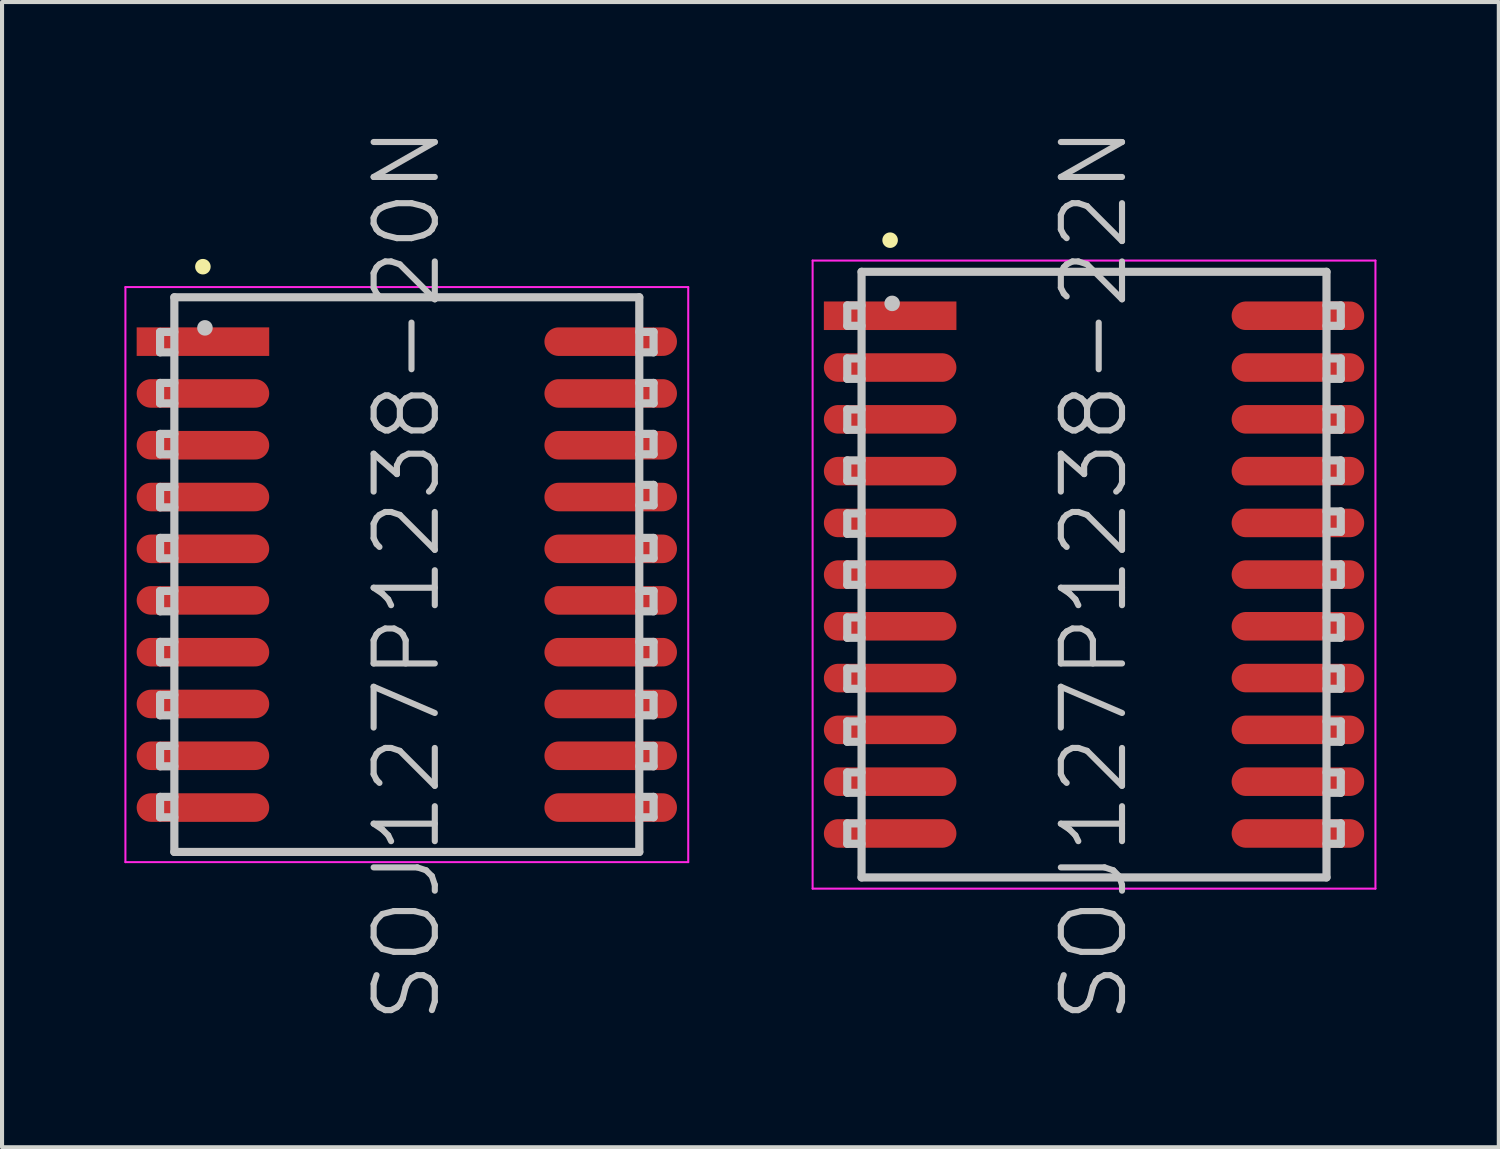
<source format=kicad_pcb>
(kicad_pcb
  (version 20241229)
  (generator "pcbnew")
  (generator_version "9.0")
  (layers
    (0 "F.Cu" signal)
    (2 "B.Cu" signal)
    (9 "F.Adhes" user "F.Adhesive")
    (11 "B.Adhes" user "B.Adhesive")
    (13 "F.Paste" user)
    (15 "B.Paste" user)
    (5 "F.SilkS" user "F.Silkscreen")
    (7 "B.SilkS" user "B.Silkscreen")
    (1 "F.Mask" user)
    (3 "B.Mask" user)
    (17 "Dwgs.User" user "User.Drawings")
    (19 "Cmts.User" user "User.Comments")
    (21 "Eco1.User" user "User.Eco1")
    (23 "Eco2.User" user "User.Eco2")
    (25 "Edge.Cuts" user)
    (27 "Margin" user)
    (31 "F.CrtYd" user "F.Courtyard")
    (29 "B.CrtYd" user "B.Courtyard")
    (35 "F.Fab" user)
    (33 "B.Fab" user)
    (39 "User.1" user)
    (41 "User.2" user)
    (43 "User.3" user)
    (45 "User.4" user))
  (footprint "SOJ127P1238-20N"
    (layer "F.Cu")
    (at 6.925 11.039)
    (property "Reference" "SOJ127P1238-20N" (at 0 0 90) (layer "Dwgs.User") (effects (font (size 1.5 1.5) (thickness 0.15))))
    (attr smd)
    (fp_line (start -5 -7.55) (end -5 -7.55) (stroke (width 0.381) (type solid)) (layer "F.SilkS"))
    (fp_line (start -6.05 -5.95) (end -6.05 -5.45) (stroke (width 0.2) (type solid)) (layer "Dwgs.User"))
    (fp_line (start -6.05 -5.45) (end -5.7 -5.45) (stroke (width 0.2) (type solid)) (layer "Dwgs.User"))
    (fp_line (start -6.05 -4.7) (end -6.05 -4.2) (stroke (width 0.2) (type solid)) (layer "Dwgs.User"))
    (fp_line (start -6.05 -4.2) (end -5.7 -4.2) (stroke (width 0.2) (type solid)) (layer "Dwgs.User"))
    (fp_line (start -6.05 -3.45) (end -6.05 -2.95) (stroke (width 0.2) (type solid)) (layer "Dwgs.User"))
    (fp_line (start -6.05 -2.95) (end -5.7 -2.95) (stroke (width 0.2) (type solid)) (layer "Dwgs.User"))
    (fp_line (start -6.05 -2.15) (end -6.05 -1.65) (stroke (width 0.2) (type solid)) (layer "Dwgs.User"))
    (fp_line (start -6.05 -1.65) (end -5.7 -1.65) (stroke (width 0.2) (type solid)) (layer "Dwgs.User"))
    (fp_line (start -6.05 -0.9) (end -6.05 -0.4) (stroke (width 0.2) (type solid)) (layer "Dwgs.User"))
    (fp_line (start -6.05 -0.4) (end -5.7 -0.4) (stroke (width 0.2) (type solid)) (layer "Dwgs.User"))
    (fp_line (start -6.05 0.4) (end -6.05 0.9) (stroke (width 0.2) (type solid)) (layer "Dwgs.User"))
    (fp_line (start -6.05 0.9) (end -5.7 0.9) (stroke (width 0.2) (type solid)) (layer "Dwgs.User"))
    (fp_line (start -6.05 1.65) (end -6.05 2.15) (stroke (width 0.2) (type solid)) (layer "Dwgs.User"))
    (fp_line (start -6.05 2.15) (end -5.7 2.15) (stroke (width 0.2) (type solid)) (layer "Dwgs.User"))
    (fp_line (start -6.05 2.95) (end -6.05 3.45) (stroke (width 0.2) (type solid)) (layer "Dwgs.User"))
    (fp_line (start -6.05 3.45) (end -5.7 3.45) (stroke (width 0.2) (type solid)) (layer "Dwgs.User"))
    (fp_line (start -6.05 4.2) (end -6.05 4.7) (stroke (width 0.2) (type solid)) (layer "Dwgs.User"))
    (fp_line (start -6.05 4.7) (end -5.7 4.7) (stroke (width 0.2) (type solid)) (layer "Dwgs.User"))
    (fp_line (start -6.05 5.45) (end -6.05 5.95) (stroke (width 0.2) (type solid)) (layer "Dwgs.User"))
    (fp_line (start -6.05 5.95) (end -5.7 5.95) (stroke (width 0.2) (type solid)) (layer "Dwgs.User"))
    (fp_line (start -5.7 -6.8) (end -5.7 6.8) (stroke (width 0.2) (type solid)) (layer "Dwgs.User"))
    (fp_line (start -5.7 -6.8) (end 5.7 -6.8) (stroke (width 0.2) (type solid)) (layer "Dwgs.User"))
    (fp_line (start -5.7 -5.95) (end -6.05 -5.95) (stroke (width 0.2) (type solid)) (layer "Dwgs.User"))
    (fp_line (start -5.7 -4.7) (end -6.05 -4.7) (stroke (width 0.2) (type solid)) (layer "Dwgs.User"))
    (fp_line (start -5.7 -3.45) (end -6.05 -3.45) (stroke (width 0.2) (type solid)) (layer "Dwgs.User"))
    (fp_line (start -5.7 -2.15) (end -6.05 -2.15) (stroke (width 0.2) (type solid)) (layer "Dwgs.User"))
    (fp_line (start -5.7 -0.9) (end -6.05 -0.9) (stroke (width 0.2) (type solid)) (layer "Dwgs.User"))
    (fp_line (start -5.7 0.4) (end -6.05 0.4) (stroke (width 0.2) (type solid)) (layer "Dwgs.User"))
    (fp_line (start -5.7 1.65) (end -6.05 1.65) (stroke (width 0.2) (type solid)) (layer "Dwgs.User"))
    (fp_line (start -5.7 2.95) (end -6.05 2.95) (stroke (width 0.2) (type solid)) (layer "Dwgs.User"))
    (fp_line (start -5.7 4.2) (end -6.05 4.2) (stroke (width 0.2) (type solid)) (layer "Dwgs.User"))
    (fp_line (start -5.7 5.45) (end -6.05 5.45) (stroke (width 0.2) (type solid)) (layer "Dwgs.User"))
    (fp_line (start -5.7 6.8) (end 5.7 6.8) (stroke (width 0.2) (type solid)) (layer "Dwgs.User"))
    (fp_line (start -4.95 -6.05) (end -4.95 -6.05) (stroke (width 0.381) (type solid)) (layer "Dwgs.User"))
    (fp_line (start 5.7 -6.8) (end 5.7 6.8) (stroke (width 0.2) (type solid)) (layer "Dwgs.User"))
    (fp_line (start 5.7 -5.95) (end 6.05 -5.95) (stroke (width 0.2) (type solid)) (layer "Dwgs.User"))
    (fp_line (start 5.7 -4.7) (end 6.05 -4.7) (stroke (width 0.2) (type solid)) (layer "Dwgs.User"))
    (fp_line (start 5.7 -3.45) (end 6.05 -3.45) (stroke (width 0.2) (type solid)) (layer "Dwgs.User"))
    (fp_line (start 5.7 -2.2) (end 6.05 -2.2) (stroke (width 0.2) (type solid)) (layer "Dwgs.User"))
    (fp_line (start 5.7 -0.9) (end 6.05 -0.9) (stroke (width 0.2) (type solid)) (layer "Dwgs.User"))
    (fp_line (start 5.7 0.4) (end 6.05 0.4) (stroke (width 0.2) (type solid)) (layer "Dwgs.User"))
    (fp_line (start 5.7 1.65) (end 6.05 1.65) (stroke (width 0.2) (type solid)) (layer "Dwgs.User"))
    (fp_line (start 5.7 2.95) (end 6.05 2.95) (stroke (width 0.2) (type solid)) (layer "Dwgs.User"))
    (fp_line (start 5.7 4.2) (end 6.05 4.2) (stroke (width 0.2) (type solid)) (layer "Dwgs.User"))
    (fp_line (start 5.7 5.45) (end 6.05 5.45) (stroke (width 0.2) (type solid)) (layer "Dwgs.User"))
    (fp_line (start 6.05 -5.95) (end 6.05 -5.45) (stroke (width 0.2) (type solid)) (layer "Dwgs.User"))
    (fp_line (start 6.05 -5.45) (end 5.7 -5.45) (stroke (width 0.2) (type solid)) (layer "Dwgs.User"))
    (fp_line (start 6.05 -4.7) (end 6.05 -4.2) (stroke (width 0.2) (type solid)) (layer "Dwgs.User"))
    (fp_line (start 6.05 -4.2) (end 5.7 -4.2) (stroke (width 0.2) (type solid)) (layer "Dwgs.User"))
    (fp_line (start 6.05 -3.45) (end 6.05 -2.95) (stroke (width 0.2) (type solid)) (layer "Dwgs.User"))
    (fp_line (start 6.05 -2.95) (end 5.7 -2.95) (stroke (width 0.2) (type solid)) (layer "Dwgs.User"))
    (fp_line (start 6.05 -2.2) (end 6.05 -1.7) (stroke (width 0.2) (type solid)) (layer "Dwgs.User"))
    (fp_line (start 6.05 -1.7) (end 5.7 -1.7) (stroke (width 0.2) (type solid)) (layer "Dwgs.User"))
    (fp_line (start 6.05 -0.9) (end 6.05 -0.4) (stroke (width 0.2) (type solid)) (layer "Dwgs.User"))
    (fp_line (start 6.05 -0.4) (end 5.7 -0.4) (stroke (width 0.2) (type solid)) (layer "Dwgs.User"))
    (fp_line (start 6.05 0.4) (end 6.05 0.9) (stroke (width 0.2) (type solid)) (layer "Dwgs.User"))
    (fp_line (start 6.05 0.9) (end 5.7 0.9) (stroke (width 0.2) (type solid)) (layer "Dwgs.User"))
    (fp_line (start 6.05 1.65) (end 6.05 2.15) (stroke (width 0.2) (type solid)) (layer "Dwgs.User"))
    (fp_line (start 6.05 2.15) (end 5.7 2.15) (stroke (width 0.2) (type solid)) (layer "Dwgs.User"))
    (fp_line (start 6.05 2.95) (end 6.05 3.45) (stroke (width 0.2) (type solid)) (layer "Dwgs.User"))
    (fp_line (start 6.05 3.45) (end 5.7 3.45) (stroke (width 0.2) (type solid)) (layer "Dwgs.User"))
    (fp_line (start 6.05 4.2) (end 6.05 4.7) (stroke (width 0.2) (type solid)) (layer "Dwgs.User"))
    (fp_line (start 6.05 4.7) (end 5.7 4.7) (stroke (width 0.2) (type solid)) (layer "Dwgs.User"))
    (fp_line (start 6.05 5.45) (end 6.05 5.95) (stroke (width 0.2) (type solid)) (layer "Dwgs.User"))
    (fp_line (start 6.05 5.95) (end 5.7 5.95) (stroke (width 0.2) (type solid)) (layer "Dwgs.User"))
    (fp_line (start -6.9 -7.05) (end -6.9 7.05) (stroke (width 0.05) (type solid)) (layer "F.CrtYd"))
    (fp_line (start -6.9 -7.05) (end 6.9 -7.05) (stroke (width 0.05) (type solid)) (layer "F.CrtYd"))
    (fp_line (start -6.9 7.05) (end 6.9 7.05) (stroke (width 0.05) (type solid)) (layer "F.CrtYd"))
    (fp_line (start 6.9 -7.05) (end 6.9 7.05) (stroke (width 0.05) (type solid)) (layer "F.CrtYd"))
    (pad "1" smd rect (at -4.999 -5.712 90) (size 0.7 3.25) (layers "F.Cu" "F.Mask" "F.Paste"))
    (pad "2" smd oval (at -4.999 -4.442 90) (size 0.7 3.25) (layers "F.Cu" "F.Mask" "F.Paste"))
    (pad "3" smd oval (at -4.999 -3.172 90) (size 0.7 3.25) (layers "F.Cu" "F.Mask" "F.Paste"))
    (pad "4" smd oval (at -4.999 -1.902 90) (size 0.7 3.25) (layers "F.Cu" "F.Mask" "F.Paste"))
    (pad "5" smd oval (at -4.999 -0.632 90) (size 0.7 3.25) (layers "F.Cu" "F.Mask" "F.Paste"))
    (pad "6" smd oval (at -4.999 0.632 90) (size 0.7 3.25) (layers "F.Cu" "F.Mask" "F.Paste"))
    (pad "7" smd oval (at -4.999 1.902 90) (size 0.7 3.25) (layers "F.Cu" "F.Mask" "F.Paste"))
    (pad "8" smd oval (at -4.999 3.172 90) (size 0.7 3.25) (layers "F.Cu" "F.Mask" "F.Paste"))
    (pad "9" smd oval (at -4.999 4.442 90) (size 0.7 3.25) (layers "F.Cu" "F.Mask" "F.Paste"))
    (pad "10" smd oval (at -4.999 5.712 90) (size 0.7 3.25) (layers "F.Cu" "F.Mask" "F.Paste"))
    (pad "11" smd oval (at 4.999 5.712 270) (size 0.7 3.25) (layers "F.Cu" "F.Mask" "F.Paste"))
    (pad "12" smd oval (at 4.999 4.442 270) (size 0.7 3.25) (layers "F.Cu" "F.Mask" "F.Paste"))
    (pad "13" smd oval (at 4.999 3.172 270) (size 0.7 3.25) (layers "F.Cu" "F.Mask" "F.Paste"))
    (pad "14" smd oval (at 4.999 1.902 270) (size 0.7 3.25) (layers "F.Cu" "F.Mask" "F.Paste"))
    (pad "15" smd oval (at 4.999 0.632 270) (size 0.7 3.25) (layers "F.Cu" "F.Mask" "F.Paste"))
    (pad "16" smd oval (at 4.999 -0.632 270) (size 0.7 3.25) (layers "F.Cu" "F.Mask" "F.Paste"))
    (pad "17" smd oval (at 4.999 -1.902 270) (size 0.7 3.25) (layers "F.Cu" "F.Mask" "F.Paste"))
    (pad "18" smd oval (at 4.999 -3.172 270) (size 0.7 3.25) (layers "F.Cu" "F.Mask" "F.Paste"))
    (pad "19" smd oval (at 4.999 -4.442 270) (size 0.7 3.25) (layers "F.Cu" "F.Mask" "F.Paste"))
    (pad "20" smd oval (at 4.999 -5.712 270) (size 0.7 3.25) (layers "F.Cu" "F.Mask" "F.Paste")))
  (footprint "SOJ127P1238-22N"
    (layer "F.Cu")
    (at 23.775 11.039)
    (property "Reference" "SOJ127P1238-22N" (at 0 0 90) (layer "Dwgs.User") (effects (font (size 1.5 1.5) (thickness 0.15))))
    (attr smd)
    (fp_line (start -5 -8.2) (end -5 -8.2) (stroke (width 0.381) (type solid)) (layer "F.SilkS"))
    (fp_line (start -6.05 -6.6) (end -6.05 -6.1) (stroke (width 0.2) (type solid)) (layer "Dwgs.User"))
    (fp_line (start -6.05 -6.1) (end -5.7 -6.1) (stroke (width 0.2) (type solid)) (layer "Dwgs.User"))
    (fp_line (start -6.05 -5.3) (end -6.05 -4.8) (stroke (width 0.2) (type solid)) (layer "Dwgs.User"))
    (fp_line (start -6.05 -4.8) (end -5.7 -4.8) (stroke (width 0.2) (type solid)) (layer "Dwgs.User"))
    (fp_line (start -6.05 -4.05) (end -6.05 -3.55) (stroke (width 0.2) (type solid)) (layer "Dwgs.User"))
    (fp_line (start -6.05 -3.55) (end -5.7 -3.55) (stroke (width 0.2) (type solid)) (layer "Dwgs.User"))
    (fp_line (start -6.05 -2.8) (end -6.05 -2.3) (stroke (width 0.2) (type solid)) (layer "Dwgs.User"))
    (fp_line (start -6.05 -2.3) (end -5.7 -2.3) (stroke (width 0.2) (type solid)) (layer "Dwgs.User"))
    (fp_line (start -6.05 -1.5) (end -6.05 -1) (stroke (width 0.2) (type solid)) (layer "Dwgs.User"))
    (fp_line (start -6.05 -1) (end -5.7 -1) (stroke (width 0.2) (type solid)) (layer "Dwgs.User"))
    (fp_line (start -6.05 -0.25) (end -6.05 0.25) (stroke (width 0.2) (type solid)) (layer "Dwgs.User"))
    (fp_line (start -6.05 0.25) (end -5.7 0.25) (stroke (width 0.2) (type solid)) (layer "Dwgs.User"))
    (fp_line (start -6.05 1.05) (end -6.05 1.55) (stroke (width 0.2) (type solid)) (layer "Dwgs.User"))
    (fp_line (start -6.05 1.55) (end -5.7 1.55) (stroke (width 0.2) (type solid)) (layer "Dwgs.User"))
    (fp_line (start -6.05 2.3) (end -6.05 2.8) (stroke (width 0.2) (type solid)) (layer "Dwgs.User"))
    (fp_line (start -6.05 2.8) (end -5.7 2.8) (stroke (width 0.2) (type solid)) (layer "Dwgs.User"))
    (fp_line (start -6.05 3.6) (end -6.05 4.1) (stroke (width 0.2) (type solid)) (layer "Dwgs.User"))
    (fp_line (start -6.05 4.1) (end -5.7 4.1) (stroke (width 0.2) (type solid)) (layer "Dwgs.User"))
    (fp_line (start -6.05 4.85) (end -6.05 5.35) (stroke (width 0.2) (type solid)) (layer "Dwgs.User"))
    (fp_line (start -6.05 5.35) (end -5.7 5.35) (stroke (width 0.2) (type solid)) (layer "Dwgs.User"))
    (fp_line (start -6.05 6.1) (end -6.05 6.6) (stroke (width 0.2) (type solid)) (layer "Dwgs.User"))
    (fp_line (start -6.05 6.6) (end -5.7 6.6) (stroke (width 0.2) (type solid)) (layer "Dwgs.User"))
    (fp_line (start -5.7 -7.425) (end -5.7 7.425) (stroke (width 0.2) (type solid)) (layer "Dwgs.User"))
    (fp_line (start -5.7 -7.425) (end 5.7 -7.425) (stroke (width 0.2) (type solid)) (layer "Dwgs.User"))
    (fp_line (start -5.7 -6.6) (end -6.05 -6.6) (stroke (width 0.2) (type solid)) (layer "Dwgs.User"))
    (fp_line (start -5.7 -5.3) (end -6.05 -5.3) (stroke (width 0.2) (type solid)) (layer "Dwgs.User"))
    (fp_line (start -5.7 -4.05) (end -6.05 -4.05) (stroke (width 0.2) (type solid)) (layer "Dwgs.User"))
    (fp_line (start -5.7 -2.8) (end -6.05 -2.8) (stroke (width 0.2) (type solid)) (layer "Dwgs.User"))
    (fp_line (start -5.7 -1.5) (end -6.05 -1.5) (stroke (width 0.2) (type solid)) (layer "Dwgs.User"))
    (fp_line (start -5.7 -0.25) (end -6.05 -0.25) (stroke (width 0.2) (type solid)) (layer "Dwgs.User"))
    (fp_line (start -5.7 1.05) (end -6.05 1.05) (stroke (width 0.2) (type solid)) (layer "Dwgs.User"))
    (fp_line (start -5.7 2.3) (end -6.05 2.3) (stroke (width 0.2) (type solid)) (layer "Dwgs.User"))
    (fp_line (start -5.7 3.6) (end -6.05 3.6) (stroke (width 0.2) (type solid)) (layer "Dwgs.User"))
    (fp_line (start -5.7 4.85) (end -6.05 4.85) (stroke (width 0.2) (type solid)) (layer "Dwgs.User"))
    (fp_line (start -5.7 6.1) (end -6.05 6.1) (stroke (width 0.2) (type solid)) (layer "Dwgs.User"))
    (fp_line (start -5.7 7.425) (end 5.7 7.425) (stroke (width 0.2) (type solid)) (layer "Dwgs.User"))
    (fp_line (start -4.95 -6.65) (end -4.95 -6.65) (stroke (width 0.381) (type solid)) (layer "Dwgs.User"))
    (fp_line (start 5.7 -7.425) (end 5.7 7.425) (stroke (width 0.2) (type solid)) (layer "Dwgs.User"))
    (fp_line (start 5.7 -6.6) (end 6.05 -6.6) (stroke (width 0.2) (type solid)) (layer "Dwgs.User"))
    (fp_line (start 5.7 -5.3) (end 6.05 -5.3) (stroke (width 0.2) (type solid)) (layer "Dwgs.User"))
    (fp_line (start 5.7 -4.05) (end 6.05 -4.05) (stroke (width 0.2) (type solid)) (layer "Dwgs.User"))
    (fp_line (start 5.7 -2.8) (end 6.05 -2.8) (stroke (width 0.2) (type solid)) (layer "Dwgs.User"))
    (fp_line (start 5.7 -1.55) (end 6.05 -1.55) (stroke (width 0.2) (type solid)) (layer "Dwgs.User"))
    (fp_line (start 5.7 -0.25) (end 6.05 -0.25) (stroke (width 0.2) (type solid)) (layer "Dwgs.User"))
    (fp_line (start 5.7 1.05) (end 6.05 1.05) (stroke (width 0.2) (type solid)) (layer "Dwgs.User"))
    (fp_line (start 5.7 2.3) (end 6.05 2.3) (stroke (width 0.2) (type solid)) (layer "Dwgs.User"))
    (fp_line (start 5.7 3.6) (end 6.05 3.6) (stroke (width 0.2) (type solid)) (layer "Dwgs.User"))
    (fp_line (start 5.7 4.85) (end 6.05 4.85) (stroke (width 0.2) (type solid)) (layer "Dwgs.User"))
    (fp_line (start 5.7 6.1) (end 6.05 6.1) (stroke (width 0.2) (type solid)) (layer "Dwgs.User"))
    (fp_line (start 6.05 -6.6) (end 6.05 -6.1) (stroke (width 0.2) (type solid)) (layer "Dwgs.User"))
    (fp_line (start 6.05 -6.1) (end 5.7 -6.1) (stroke (width 0.2) (type solid)) (layer "Dwgs.User"))
    (fp_line (start 6.05 -5.3) (end 6.05 -4.8) (stroke (width 0.2) (type solid)) (layer "Dwgs.User"))
    (fp_line (start 6.05 -4.8) (end 5.7 -4.8) (stroke (width 0.2) (type solid)) (layer "Dwgs.User"))
    (fp_line (start 6.05 -4.05) (end 6.05 -3.55) (stroke (width 0.2) (type solid)) (layer "Dwgs.User"))
    (fp_line (start 6.05 -3.55) (end 5.7 -3.55) (stroke (width 0.2) (type solid)) (layer "Dwgs.User"))
    (fp_line (start 6.05 -2.8) (end 6.05 -2.3) (stroke (width 0.2) (type solid)) (layer "Dwgs.User"))
    (fp_line (start 6.05 -2.3) (end 5.7 -2.3) (stroke (width 0.2) (type solid)) (layer "Dwgs.User"))
    (fp_line (start 6.05 -1.55) (end 6.05 -1.05) (stroke (width 0.2) (type solid)) (layer "Dwgs.User"))
    (fp_line (start 6.05 -1.05) (end 5.7 -1.05) (stroke (width 0.2) (type solid)) (layer "Dwgs.User"))
    (fp_line (start 6.05 -0.25) (end 6.05 0.25) (stroke (width 0.2) (type solid)) (layer "Dwgs.User"))
    (fp_line (start 6.05 0.25) (end 5.7 0.25) (stroke (width 0.2) (type solid)) (layer "Dwgs.User"))
    (fp_line (start 6.05 1.05) (end 6.05 1.55) (stroke (width 0.2) (type solid)) (layer "Dwgs.User"))
    (fp_line (start 6.05 1.55) (end 5.7 1.55) (stroke (width 0.2) (type solid)) (layer "Dwgs.User"))
    (fp_line (start 6.05 2.3) (end 6.05 2.8) (stroke (width 0.2) (type solid)) (layer "Dwgs.User"))
    (fp_line (start 6.05 2.8) (end 5.7 2.8) (stroke (width 0.2) (type solid)) (layer "Dwgs.User"))
    (fp_line (start 6.05 3.6) (end 6.05 4.1) (stroke (width 0.2) (type solid)) (layer "Dwgs.User"))
    (fp_line (start 6.05 4.1) (end 5.7 4.1) (stroke (width 0.2) (type solid)) (layer "Dwgs.User"))
    (fp_line (start 6.05 4.85) (end 6.05 5.35) (stroke (width 0.2) (type solid)) (layer "Dwgs.User"))
    (fp_line (start 6.05 5.35) (end 5.7 5.35) (stroke (width 0.2) (type solid)) (layer "Dwgs.User"))
    (fp_line (start 6.05 6.1) (end 6.05 6.6) (stroke (width 0.2) (type solid)) (layer "Dwgs.User"))
    (fp_line (start 6.05 6.6) (end 5.7 6.6) (stroke (width 0.2) (type solid)) (layer "Dwgs.User"))
    (fp_line (start -6.9 -7.7) (end -6.9 7.7) (stroke (width 0.05) (type solid)) (layer "F.CrtYd"))
    (fp_line (start -6.9 -7.7) (end 6.9 -7.7) (stroke (width 0.05) (type solid)) (layer "F.CrtYd"))
    (fp_line (start -6.9 7.7) (end 6.9 7.7) (stroke (width 0.05) (type solid)) (layer "F.CrtYd"))
    (fp_line (start 6.9 -7.7) (end 6.9 7.7) (stroke (width 0.05) (type solid)) (layer "F.CrtYd"))
    (pad "1" smd rect (at -4.999 -6.347 90) (size 0.7 3.25) (layers "F.Cu" "F.Mask" "F.Paste"))
    (pad "2" smd oval (at -4.999 -5.077 90) (size 0.7 3.25) (layers "F.Cu" "F.Mask" "F.Paste"))
    (pad "3" smd oval (at -4.999 -3.807 90) (size 0.7 3.25) (layers "F.Cu" "F.Mask" "F.Paste"))
    (pad "4" smd oval (at -4.999 -2.537 90) (size 0.7 3.25) (layers "F.Cu" "F.Mask" "F.Paste"))
    (pad "5" smd oval (at -4.999 -1.267 90) (size 0.7 3.25) (layers "F.Cu" "F.Mask" "F.Paste"))
    (pad "6" smd oval (at -4.999 0 90) (size 0.7 3.25) (layers "F.Cu" "F.Mask" "F.Paste"))
    (pad "7" smd oval (at -4.999 1.267 90) (size 0.7 3.25) (layers "F.Cu" "F.Mask" "F.Paste"))
    (pad "8" smd oval (at -4.999 2.537 90) (size 0.7 3.25) (layers "F.Cu" "F.Mask" "F.Paste"))
    (pad "9" smd oval (at -4.999 3.807 90) (size 0.7 3.25) (layers "F.Cu" "F.Mask" "F.Paste"))
    (pad "10" smd oval (at -4.999 5.077 90) (size 0.7 3.25) (layers "F.Cu" "F.Mask" "F.Paste"))
    (pad "11" smd oval (at -4.999 6.347 90) (size 0.7 3.25) (layers "F.Cu" "F.Mask" "F.Paste"))
    (pad "12" smd oval (at 4.999 6.347 270) (size 0.7 3.25) (layers "F.Cu" "F.Mask" "F.Paste"))
    (pad "13" smd oval (at 4.999 5.077 270) (size 0.7 3.25) (layers "F.Cu" "F.Mask" "F.Paste"))
    (pad "14" smd oval (at 4.999 3.807 270) (size 0.7 3.25) (layers "F.Cu" "F.Mask" "F.Paste"))
    (pad "15" smd oval (at 4.999 2.537 270) (size 0.7 3.25) (layers "F.Cu" "F.Mask" "F.Paste"))
    (pad "16" smd oval (at 4.999 1.267 270) (size 0.7 3.25) (layers "F.Cu" "F.Mask" "F.Paste"))
    (pad "17" smd oval (at 4.999 0 270) (size 0.7 3.25) (layers "F.Cu" "F.Mask" "F.Paste"))
    (pad "18" smd oval (at 4.999 -1.267 270) (size 0.7 3.25) (layers "F.Cu" "F.Mask" "F.Paste"))
    (pad "19" smd oval (at 4.999 -2.537 270) (size 0.7 3.25) (layers "F.Cu" "F.Mask" "F.Paste"))
    (pad "20" smd oval (at 4.999 -3.807 270) (size 0.7 3.25) (layers "F.Cu" "F.Mask" "F.Paste"))
    (pad "21" smd oval (at 4.999 -5.077 270) (size 0.7 3.25) (layers "F.Cu" "F.Mask" "F.Paste"))
    (pad "22" smd oval (at 4.999 -6.347 270) (size 0.7 3.25) (layers "F.Cu" "F.Mask" "F.Paste")))
  (gr_rect
    (start -3 -3)
    (end 33.7 25.079)
    (stroke (width 0.1) (type default))
    (fill no)
    (layer "Edge.Cuts")))
</source>
